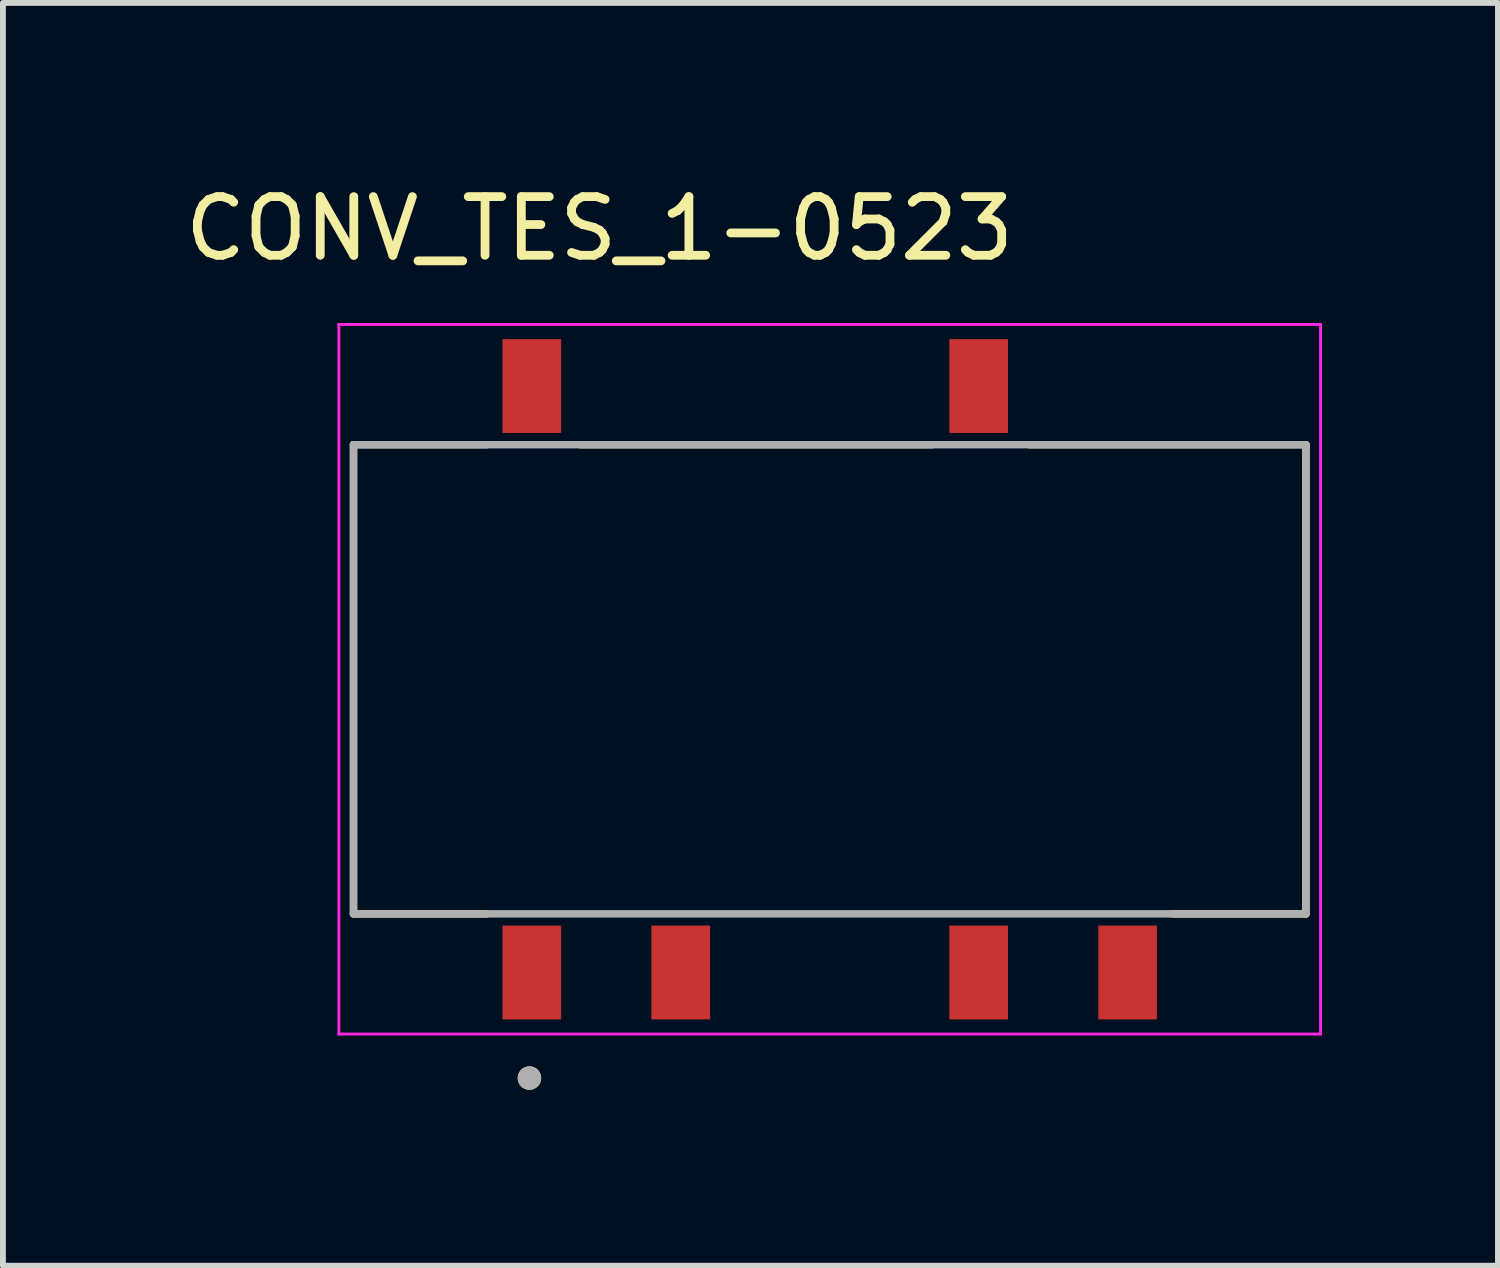
<source format=kicad_pcb>
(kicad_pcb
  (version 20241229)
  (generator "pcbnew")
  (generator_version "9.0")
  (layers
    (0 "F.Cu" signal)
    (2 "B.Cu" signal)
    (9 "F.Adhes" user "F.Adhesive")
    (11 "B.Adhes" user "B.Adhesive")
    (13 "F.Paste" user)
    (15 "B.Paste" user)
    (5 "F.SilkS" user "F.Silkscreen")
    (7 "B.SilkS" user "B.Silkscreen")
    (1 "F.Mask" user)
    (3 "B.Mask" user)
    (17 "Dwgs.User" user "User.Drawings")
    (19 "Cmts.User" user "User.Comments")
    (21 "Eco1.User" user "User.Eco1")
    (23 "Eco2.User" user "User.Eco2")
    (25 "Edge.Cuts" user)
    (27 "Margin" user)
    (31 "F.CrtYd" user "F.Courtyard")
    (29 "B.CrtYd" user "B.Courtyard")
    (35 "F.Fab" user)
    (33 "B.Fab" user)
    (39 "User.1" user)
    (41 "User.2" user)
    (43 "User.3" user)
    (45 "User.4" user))
  (footprint "CONV_TES_1-0523"
    (layer "F.Cu")
    (at 11.098 8.533)
    (property "Reference" "CONV_TES_1-0523" (at -3.925 -7.685 0) (layer "F.SilkS") (effects (font (size 1 1) (thickness 0.15))))
    (attr through_hole)
    (fp_line (start -8.12 -4) (end -5.85 -4) (stroke (width 0.127) (type solid)) (layer "F.SilkS"))
    (fp_line (start -8.12 4) (end -8.12 -4) (stroke (width 0.127) (type solid)) (layer "F.SilkS"))
    (fp_line (start -5.85 4) (end -8.12 4) (stroke (width 0.127) (type solid)) (layer "F.SilkS"))
    (fp_line (start -4.25 -4) (end 1.75 -4) (stroke (width 0.127) (type solid)) (layer "F.SilkS"))
    (fp_line (start 3.4 -4) (end 8.12 -4) (stroke (width 0.127) (type solid)) (layer "F.SilkS"))
    (fp_line (start 8.12 -4) (end 8.12 4) (stroke (width 0.127) (type solid)) (layer "F.SilkS"))
    (fp_line (start 8.12 4) (end 5.85 4) (stroke (width 0.127) (type solid)) (layer "F.SilkS"))
    (fp_circle (center -5.12 6.8) (end -5.02 6.8) (stroke (width 0.2) (type solid)) (fill no) (layer "F.SilkS"))
    (fp_line (start -8.37 -6.05) (end -8.37 6.05) (stroke (width 0.05) (type solid)) (layer "F.CrtYd"))
    (fp_line (start -8.37 6.05) (end 8.37 6.05) (stroke (width 0.05) (type solid)) (layer "F.CrtYd"))
    (fp_line (start 8.37 -6.05) (end -8.37 -6.05) (stroke (width 0.05) (type solid)) (layer "F.CrtYd"))
    (fp_line (start 8.37 6.05) (end 8.37 -6.05) (stroke (width 0.05) (type solid)) (layer "F.CrtYd"))
    (fp_line (start -8.12 -4) (end 8.12 -4) (stroke (width 0.127) (type solid)) (layer "F.Fab"))
    (fp_line (start -8.12 4) (end -8.12 -4) (stroke (width 0.127) (type solid)) (layer "F.Fab"))
    (fp_line (start 8.12 -4) (end 8.12 4) (stroke (width 0.127) (type solid)) (layer "F.Fab"))
    (fp_line (start 8.12 4) (end -8.12 4) (stroke (width 0.127) (type solid)) (layer "F.Fab"))
    (fp_circle (center -5.12 6.8) (end -5.02 6.8) (stroke (width 0.2) (type solid)) (fill no) (layer "F.Fab"))
    (pad "1" smd rect (at -5.08 5) (size 1 1.6) (layers "F.Cu" "F.Mask" "F.Paste"))
    (pad "2" smd rect (at -2.54 5) (size 1 1.6) (layers "F.Cu" "F.Mask" "F.Paste"))
    (pad "4" smd rect (at 2.54 5) (size 1 1.6) (layers "F.Cu" "F.Mask" "F.Paste"))
    (pad "5" smd rect (at 5.08 5) (size 1 1.6) (layers "F.Cu" "F.Mask" "F.Paste"))
    (pad "7" smd rect (at 2.54 -5) (size 1 1.6) (layers "F.Cu" "F.Mask" "F.Paste"))
    (pad "10" smd rect (at -5.08 -5) (size 1 1.6) (layers "F.Cu" "F.Mask" "F.Paste")))
  (gr_rect
    (start -3 -3)
    (end 22.493 18.533)
    (stroke (width 0.1) (type default))
    (fill no)
    (layer "Edge.Cuts")))
</source>
